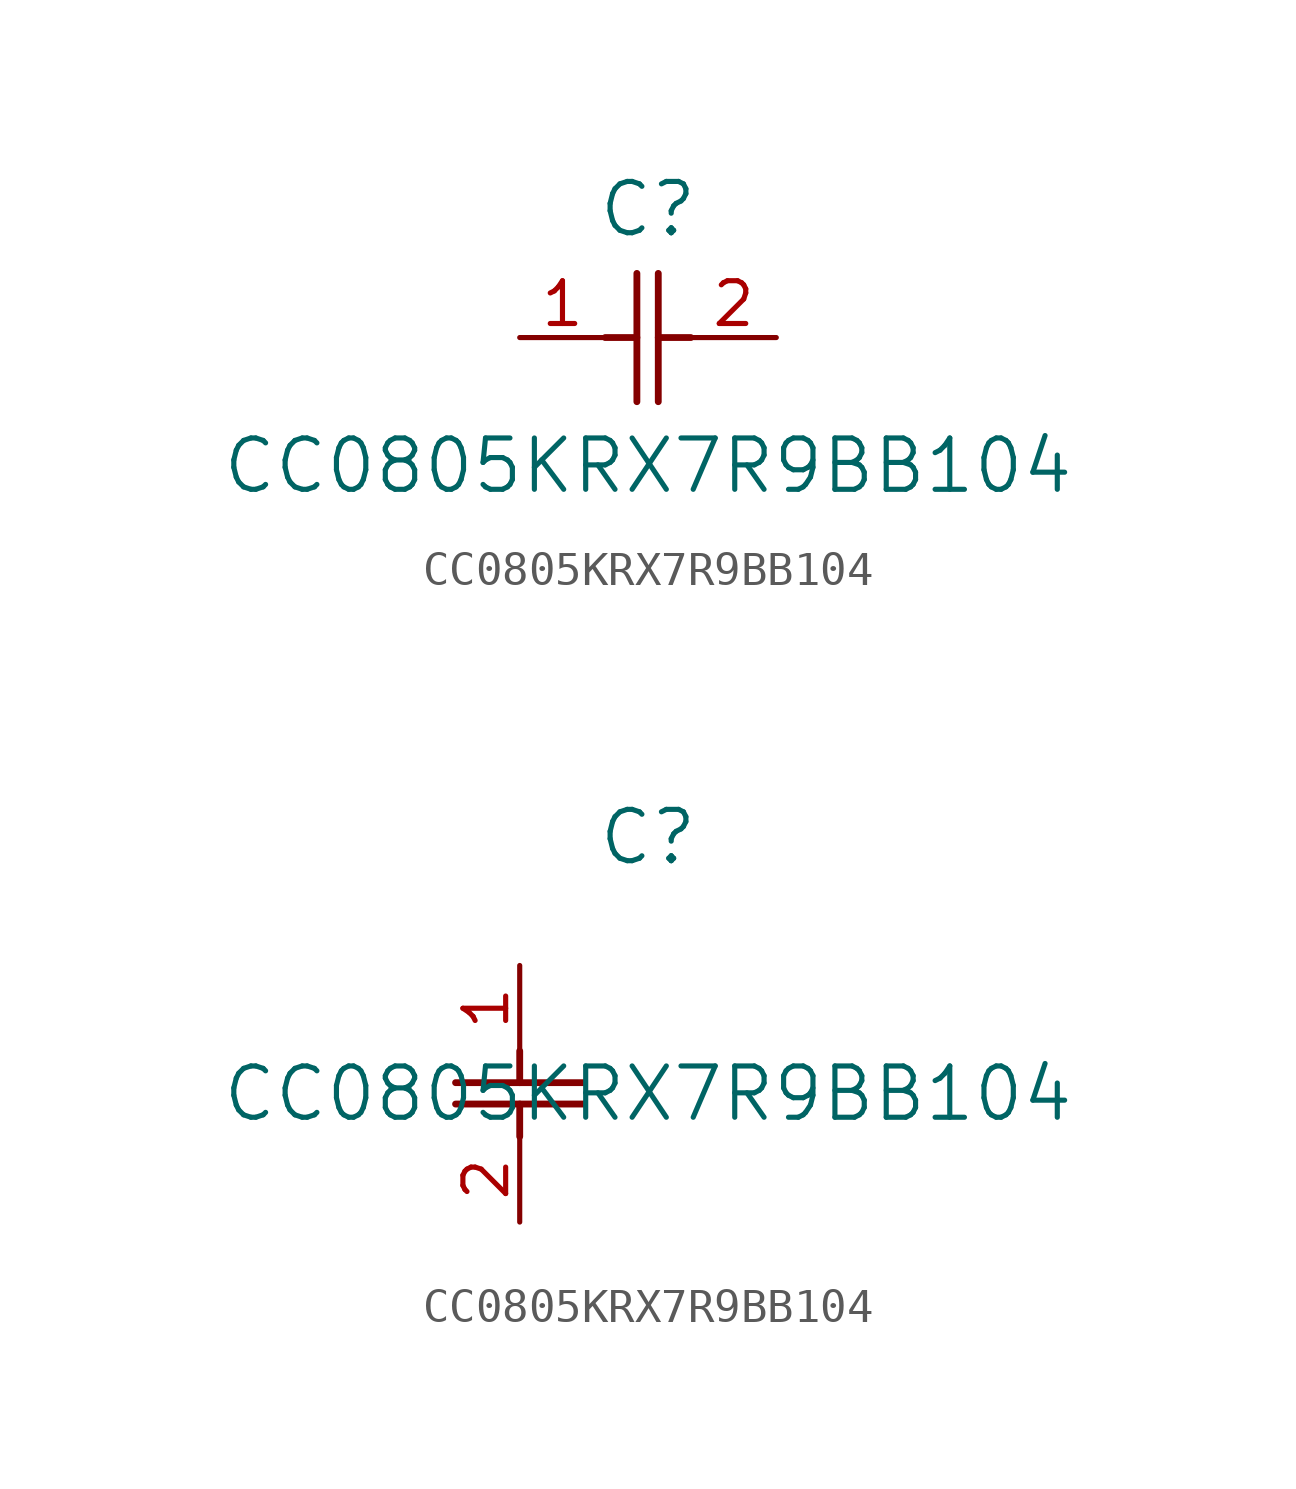
<source format=kicad_sym>
(kicad_symbol_lib
  (version 20211014)
  (generator kicad_symbol_editor)
  (symbol "CC0805KRX7R9BB104"
    (pin_names
      (offset 0.254))
    (property "Reference" "C"
      (at 3.81 3.81 0)
      (effects (font (size 1.524 1.524))))
    (property "Value" "CC0805KRX7R9BB104"
      (at 3.81 -3.81 0)
      (effects (font (size 1.524 1.524))))
    (symbol "CC0805KRX7R9BB104_1_1"
      (polyline (pts (xy 3.48 -1.905) (xy 3.48 1.905)) (stroke (width 0.203) (type default) (color 0 0 0 0)) (fill (type none)))
      (polyline (pts (xy 4.115 -1.905) (xy 4.115 1.905)) (stroke (width 0.203) (type default) (color 0 0 0 0)) (fill (type none)))
      (polyline (pts (xy 4.115 0) (xy 5.08 0)) (stroke (width 0.203) (type default) (color 0 0 0 0)) (fill (type none)))
      (polyline (pts (xy 2.54 0) (xy 3.48 0)) (stroke (width 0.203) (type default) (color 0 0 0 0)) (fill (type none)))
      (pin unspecified line (at 0 0 0) (length 2.54) (name "" (effects (font (size 1.27 1.27)))) (number "1" (effects (font (size 1.27 1.27)))))
      (pin unspecified line (at 7.62 0 180) (length 2.54) (name "" (effects (font (size 1.27 1.27)))) (number "2" (effects (font (size 1.27 1.27))))))
    (symbol "CC0805KRX7R9BB104_1_2"
      (polyline (pts (xy -1.905 -3.48) (xy 1.905 -3.48)) (stroke (width 0.203) (type default) (color 0 0 0 0)) (fill (type none)))
      (polyline (pts (xy -1.905 -4.115) (xy 1.905 -4.115)) (stroke (width 0.203) (type default) (color 0 0 0 0)) (fill (type none)))
      (polyline (pts (xy 0 -4.115) (xy 0 -5.08)) (stroke (width 0.203) (type default) (color 0 0 0 0)) (fill (type none)))
      (polyline (pts (xy 0 -2.54) (xy 0 -3.48)) (stroke (width 0.203) (type default) (color 0 0 0 0)) (fill (type none)))
      (pin unspecified line (at 0 0 270) (length 2.54) (name "" (effects (font (size 1.27 1.27)))) (number "1" (effects (font (size 1.27 1.27)))))
      (pin unspecified line (at 0 -7.62 90) (length 2.54) (name "" (effects (font (size 1.27 1.27)))) (number "2" (effects (font (size 1.27 1.27))))))))
</source>
